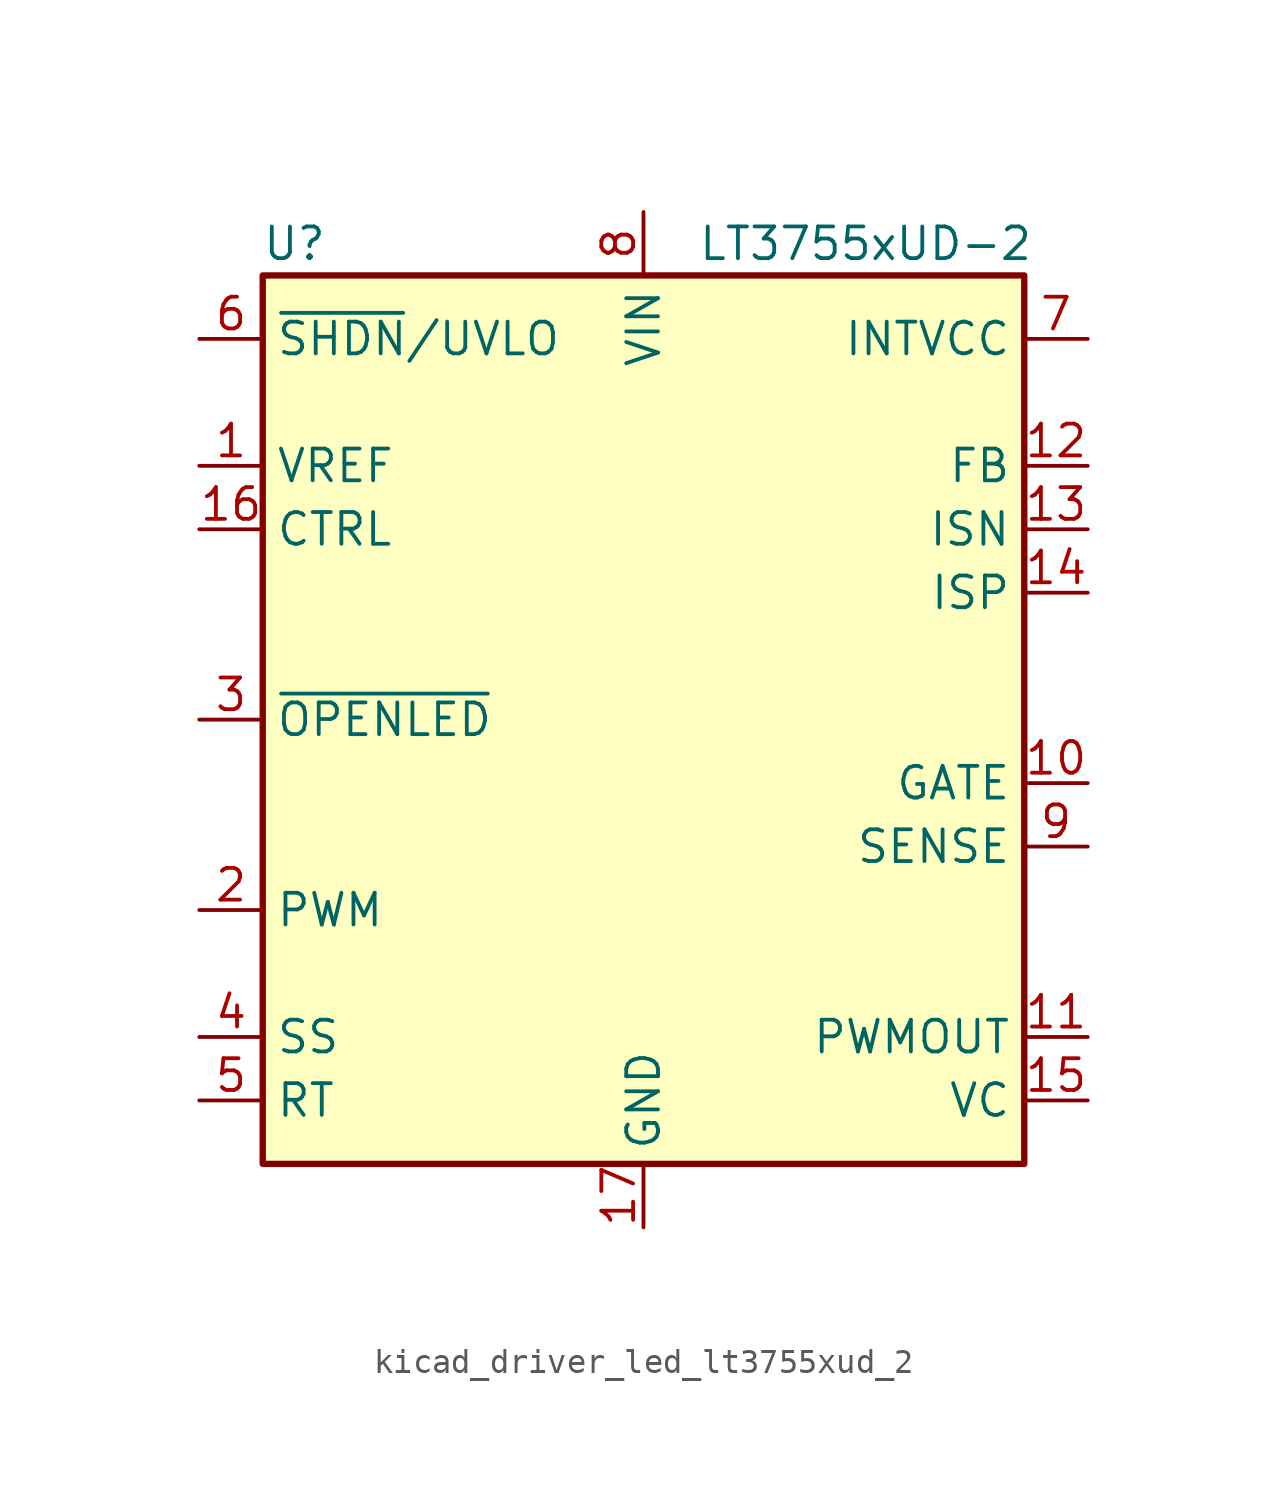
<source format=kicad_sym>
(kicad_symbol_lib
  (version 20220914)
  (generator kicad_symbol_editor)
  (symbol "kicad_driver_led_lt3755xud_2"
    (property "Reference" "U"
      (at -13.97 19.05 0)
      (effects (font (size 1.27 1.27))))
    (property "Value" "LT3755xUD-2"
      (at 8.89 19.05 0)
      (effects (font (size 1.27 1.27))))
    (symbol "kicad_driver_led_lt3755xud_2_0_1"
      (rectangle (start -15.24 -17.78) (end 15.24 17.78) (stroke (width 0.254) (type default)) (fill (type background))))
    (symbol "kicad_driver_led_lt3755xud_2_1_1"
      (pin output line (at -17.78 10.16 0) (length 2.54) (name "VREF" (effects (font (size 1.27 1.27)))) (number "1" (effects (font (size 1.27 1.27)))))
      (pin output line (at 17.78 -2.54 180) (length 2.54) (name "GATE" (effects (font (size 1.27 1.27)))) (number "10" (effects (font (size 1.27 1.27)))))
      (pin output line (at 17.78 -12.7 180) (length 2.54) (name "PWMOUT" (effects (font (size 1.27 1.27)))) (number "11" (effects (font (size 1.27 1.27)))))
      (pin input line (at 17.78 10.16 180) (length 2.54) (name "FB" (effects (font (size 1.27 1.27)))) (number "12" (effects (font (size 1.27 1.27)))))
      (pin input line (at 17.78 7.62 180) (length 2.54) (name "ISN" (effects (font (size 1.27 1.27)))) (number "13" (effects (font (size 1.27 1.27)))))
      (pin input line (at 17.78 5.08 180) (length 2.54) (name "ISP" (effects (font (size 1.27 1.27)))) (number "14" (effects (font (size 1.27 1.27)))))
      (pin output line (at 17.78 -15.24 180) (length 2.54) (name "VC" (effects (font (size 1.27 1.27)))) (number "15" (effects (font (size 1.27 1.27)))))
      (pin input line (at -17.78 7.62 0) (length 2.54) (name "CTRL" (effects (font (size 1.27 1.27)))) (number "16" (effects (font (size 1.27 1.27)))))
      (pin power_in line (at 0 -20.32 90) (length 2.54) (name "GND" (effects (font (size 1.27 1.27)))) (number "17" (effects (font (size 1.27 1.27)))))
      (pin input line (at -17.78 -7.62 0) (length 2.54) (name "PWM" (effects (font (size 1.27 1.27)))) (number "2" (effects (font (size 1.27 1.27)))))
      (pin input line (at -17.78 0 0) (length 2.54) (name "~{OPENLED}" (effects (font (size 1.27 1.27)))) (number "3" (effects (font (size 1.27 1.27)))))
      (pin input line (at -17.78 -12.7 0) (length 2.54) (name "SS" (effects (font (size 1.27 1.27)))) (number "4" (effects (font (size 1.27 1.27)))))
      (pin input line (at -17.78 -15.24 0) (length 2.54) (name "RT" (effects (font (size 1.27 1.27)))) (number "5" (effects (font (size 1.27 1.27)))))
      (pin input line (at -17.78 15.24 0) (length 2.54) (name "~{SHDN}/UVLO" (effects (font (size 1.27 1.27)))) (number "6" (effects (font (size 1.27 1.27)))))
      (pin power_out line (at 17.78 15.24 180) (length 2.54) (name "INTVCC" (effects (font (size 1.27 1.27)))) (number "7" (effects (font (size 1.27 1.27)))))
      (pin power_in line (at 0 20.32 270) (length 2.54) (name "VIN" (effects (font (size 1.27 1.27)))) (number "8" (effects (font (size 1.27 1.27)))))
      (pin input line (at 17.78 -5.08 180) (length 2.54) (name "SENSE" (effects (font (size 1.27 1.27)))) (number "9" (effects (font (size 1.27 1.27))))))))
</source>
